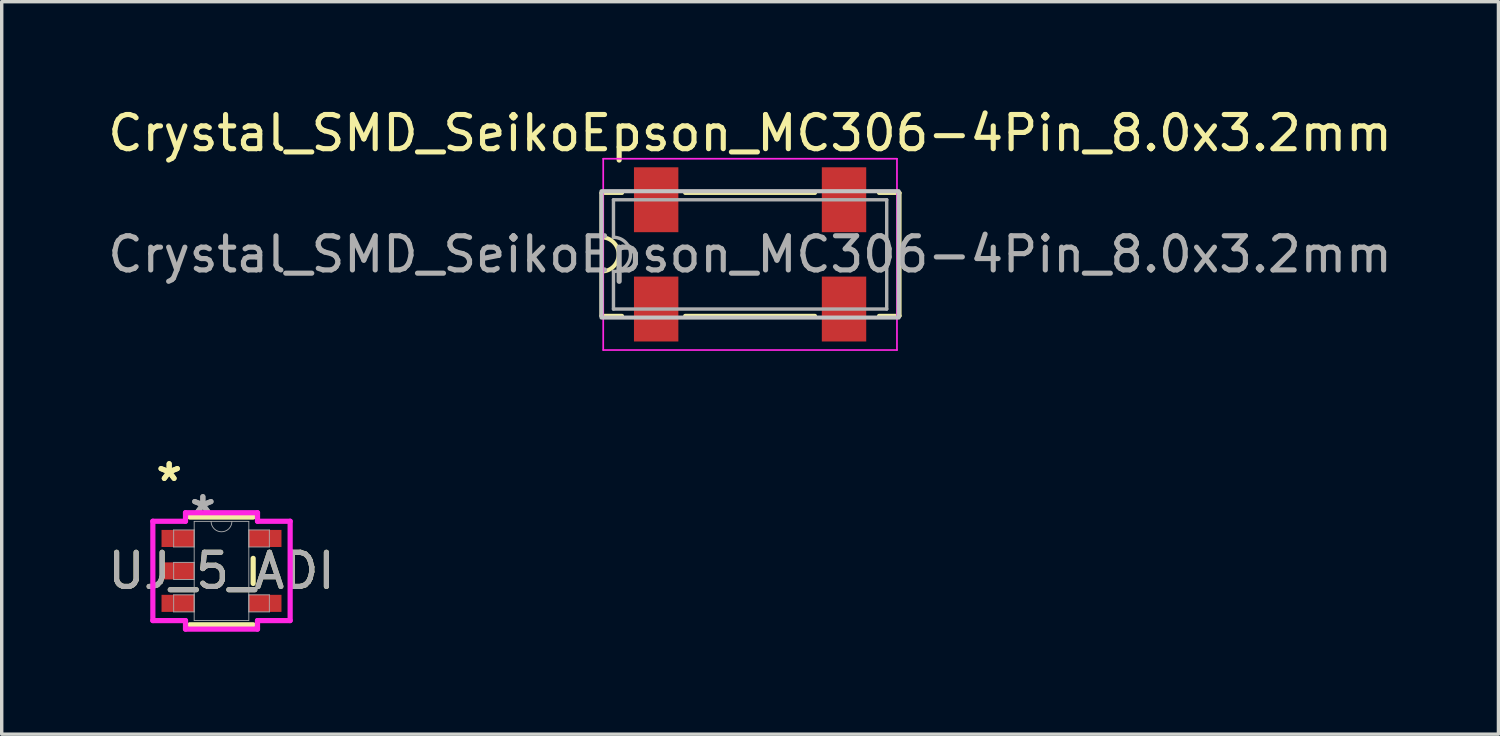
<source format=kicad_pcb>
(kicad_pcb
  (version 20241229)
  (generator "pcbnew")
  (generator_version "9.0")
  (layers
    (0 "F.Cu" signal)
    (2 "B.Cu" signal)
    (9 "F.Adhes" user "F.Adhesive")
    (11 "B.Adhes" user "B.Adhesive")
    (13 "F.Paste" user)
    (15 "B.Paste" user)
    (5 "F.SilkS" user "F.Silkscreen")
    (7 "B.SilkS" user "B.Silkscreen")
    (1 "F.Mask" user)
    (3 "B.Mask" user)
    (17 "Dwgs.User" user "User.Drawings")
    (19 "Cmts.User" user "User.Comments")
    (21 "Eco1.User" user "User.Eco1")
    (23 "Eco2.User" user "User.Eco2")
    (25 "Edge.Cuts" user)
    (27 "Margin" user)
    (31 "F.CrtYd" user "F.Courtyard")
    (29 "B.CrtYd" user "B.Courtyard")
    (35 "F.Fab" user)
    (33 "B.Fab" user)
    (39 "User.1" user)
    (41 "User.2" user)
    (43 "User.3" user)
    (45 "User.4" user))
  (footprint "Crystal_SMD_SeikoEpson_MC306-4Pin_8.0x3.2mm"
    (layer "F.Cu")
    (at 18.911 4.398)
    (property "Reference" "Crystal_SMD_SeikoEpson_MC306-4Pin_8.0x3.2mm" (at 0 -3.55 0) (layer "F.SilkS") (effects (font (size 1 1) (thickness 0.15))))
    (attr smd)
    (fp_line (start -4.35 -1.8) (end -3.75 -1.8) (stroke (width 0.12) (type solid)) (layer "F.SilkS"))
    (fp_line (start -4.35 -0.5) (end -4.35 -1.8) (stroke (width 0.12) (type solid)) (layer "F.SilkS"))
    (fp_line (start -4.35 1.8) (end -4.35 0.5) (stroke (width 0.12) (type solid)) (layer "F.SilkS"))
    (fp_line (start -4.35 1.8) (end -3.75 1.8) (stroke (width 0.12) (type solid)) (layer "F.SilkS"))
    (fp_line (start -1.9 -1.8) (end 1.9 -1.8) (stroke (width 0.12) (type solid)) (layer "F.SilkS"))
    (fp_line (start 1.9 1.8) (end -1.9 1.8) (stroke (width 0.12) (type solid)) (layer "F.SilkS"))
    (fp_line (start 3.775 -1.8) (end 4.375 -1.8) (stroke (width 0.12) (type solid)) (layer "F.SilkS"))
    (fp_line (start 4.375 -1.8) (end 4.375 1.8) (stroke (width 0.12) (type solid)) (layer "F.SilkS"))
    (fp_line (start 4.375 1.8) (end 3.775 1.8) (stroke (width 0.12) (type solid)) (layer "F.SilkS"))
    (fp_arc (start -4.35 -0.5) (mid -3.85 0) (end -4.35 0.5) (stroke (width 0.12) (type solid)) (layer "F.SilkS"))
    (fp_rect (start -4.35 -1.85) (end 4.35 1.85) (stroke (width 0.12) (type solid)) (fill no) (layer "Dwgs.User"))
    (fp_line (start -4.3 -2.8) (end -4.3 2.8) (stroke (width 0.05) (type solid)) (layer "F.CrtYd"))
    (fp_line (start -4.3 2.8) (end 4.3 2.8) (stroke (width 0.05) (type solid)) (layer "F.CrtYd"))
    (fp_line (start 4.3 -2.8) (end -4.3 -2.8) (stroke (width 0.05) (type solid)) (layer "F.CrtYd"))
    (fp_line (start 4.3 2.8) (end 4.3 -2.8) (stroke (width 0.05) (type solid)) (layer "F.CrtYd"))
    (fp_line (start -4 -1.6) (end 4 -1.6) (stroke (width 0.1) (type solid)) (layer "F.Fab"))
    (fp_line (start -4 -0.5) (end -4 -1.6) (stroke (width 0.1) (type solid)) (layer "F.Fab"))
    (fp_line (start -4 1.6) (end -4 0.5) (stroke (width 0.1) (type solid)) (layer "F.Fab"))
    (fp_line (start 4 -1.6) (end 4 1.6) (stroke (width 0.1) (type solid)) (layer "F.Fab"))
    (fp_line (start 4 1.6) (end -4 1.6) (stroke (width 0.1) (type solid)) (layer "F.Fab"))
    (fp_arc (start -4 -0.5) (mid -3.5 0) (end -4 0.5) (stroke (width 0.1) (type solid)) (layer "F.Fab"))
    (fp_text user "${REFERENCE}" (at 0 0 0) (layer "F.Fab") (effects (font (size 1 1) (thickness 0.15))))
    (pad "1" smd rect (at -2.75 1.6) (size 1.3 1.9) (layers "F.Cu" "F.Mask" "F.Paste"))
    (pad "2" smd rect (at 2.75 1.6) (size 1.3 1.9) (layers "F.Cu" "F.Mask" "F.Paste"))
    (pad "3" smd rect (at 2.75 -1.6) (size 1.3 1.9) (layers "F.Cu" "F.Mask" "F.Paste"))
    (pad "4" smd rect (at -2.75 -1.6) (size 1.3 1.9) (layers "F.Cu" "F.Mask" "F.Paste")))
  (footprint "UJ_5_ADI"
    (layer "F.Cu")
    (at 3.435 13.665)
    (property "Reference" "UJ_5_ADI" (at 0 0 0) (unlocked yes) (layer "F.SilkS") (effects (font (size 1 1) (thickness 0.15))))
    (attr smd)
    (fp_line (start -0.927 1.577) (end 0.927 1.577) (stroke (width 0.152) (type solid)) (layer "F.SilkS"))
    (fp_line (start 0.927 -1.577) (end -0.927 -1.577) (stroke (width 0.152) (type solid)) (layer "F.SilkS"))
    (fp_line (start 0.927 0.367) (end 0.927 -0.367) (stroke (width 0.152) (type solid)) (layer "F.SilkS"))
    (fp_line (start -2.01 -1.454) (end -1.054 -1.454) (stroke (width 0.152) (type solid)) (layer "F.CrtYd"))
    (fp_line (start -2.01 1.454) (end -2.01 -1.454) (stroke (width 0.152) (type solid)) (layer "F.CrtYd"))
    (fp_line (start -1.054 -1.704) (end 1.054 -1.704) (stroke (width 0.152) (type solid)) (layer "F.CrtYd"))
    (fp_line (start -1.054 -1.454) (end -1.054 -1.704) (stroke (width 0.152) (type solid)) (layer "F.CrtYd"))
    (fp_line (start -1.054 1.454) (end -2.01 1.454) (stroke (width 0.152) (type solid)) (layer "F.CrtYd"))
    (fp_line (start -1.054 1.704) (end -1.054 1.454) (stroke (width 0.152) (type solid)) (layer "F.CrtYd"))
    (fp_line (start 1.054 -1.704) (end 1.054 -1.454) (stroke (width 0.152) (type solid)) (layer "F.CrtYd"))
    (fp_line (start 1.054 -1.454) (end 2.01 -1.454) (stroke (width 0.152) (type solid)) (layer "F.CrtYd"))
    (fp_line (start 1.054 1.454) (end 1.054 1.704) (stroke (width 0.152) (type solid)) (layer "F.CrtYd"))
    (fp_line (start 1.054 1.704) (end -1.054 1.704) (stroke (width 0.152) (type solid)) (layer "F.CrtYd"))
    (fp_line (start 2.01 -1.454) (end 2.01 1.454) (stroke (width 0.152) (type solid)) (layer "F.CrtYd"))
    (fp_line (start 2.01 1.454) (end 1.054 1.454) (stroke (width 0.152) (type solid)) (layer "F.CrtYd"))
    (fp_line (start -1.4 -1.2) (end -1.4 -0.7) (stroke (width 0.025) (type solid)) (layer "F.Fab"))
    (fp_line (start -1.4 -0.7) (end -0.8 -0.7) (stroke (width 0.025) (type solid)) (layer "F.Fab"))
    (fp_line (start -1.4 -0.25) (end -1.4 0.25) (stroke (width 0.025) (type solid)) (layer "F.Fab"))
    (fp_line (start -1.4 0.25) (end -0.8 0.25) (stroke (width 0.025) (type solid)) (layer "F.Fab"))
    (fp_line (start -1.4 0.7) (end -1.4 1.2) (stroke (width 0.025) (type solid)) (layer "F.Fab"))
    (fp_line (start -1.4 1.2) (end -0.8 1.2) (stroke (width 0.025) (type solid)) (layer "F.Fab"))
    (fp_line (start -0.8 -1.45) (end -0.8 1.45) (stroke (width 0.025) (type solid)) (layer "F.Fab"))
    (fp_line (start -0.8 -1.2) (end -1.4 -1.2) (stroke (width 0.025) (type solid)) (layer "F.Fab"))
    (fp_line (start -0.8 -0.7) (end -0.8 -1.2) (stroke (width 0.025) (type solid)) (layer "F.Fab"))
    (fp_line (start -0.8 -0.25) (end -1.4 -0.25) (stroke (width 0.025) (type solid)) (layer "F.Fab"))
    (fp_line (start -0.8 0.25) (end -0.8 -0.25) (stroke (width 0.025) (type solid)) (layer "F.Fab"))
    (fp_line (start -0.8 0.7) (end -1.4 0.7) (stroke (width 0.025) (type solid)) (layer "F.Fab"))
    (fp_line (start -0.8 1.2) (end -0.8 0.7) (stroke (width 0.025) (type solid)) (layer "F.Fab"))
    (fp_line (start -0.8 1.45) (end 0.8 1.45) (stroke (width 0.025) (type solid)) (layer "F.Fab"))
    (fp_line (start 0.8 -1.45) (end -0.8 -1.45) (stroke (width 0.025) (type solid)) (layer "F.Fab"))
    (fp_line (start 0.8 -1.2) (end 0.8 -0.7) (stroke (width 0.025) (type solid)) (layer "F.Fab"))
    (fp_line (start 0.8 -0.7) (end 1.4 -0.7) (stroke (width 0.025) (type solid)) (layer "F.Fab"))
    (fp_line (start 0.8 0.7) (end 0.8 1.2) (stroke (width 0.025) (type solid)) (layer "F.Fab"))
    (fp_line (start 0.8 1.2) (end 1.4 1.2) (stroke (width 0.025) (type solid)) (layer "F.Fab"))
    (fp_line (start 0.8 1.45) (end 0.8 -1.45) (stroke (width 0.025) (type solid)) (layer "F.Fab"))
    (fp_line (start 1.4 -1.2) (end 0.8 -1.2) (stroke (width 0.025) (type solid)) (layer "F.Fab"))
    (fp_line (start 1.4 -0.7) (end 1.4 -1.2) (stroke (width 0.025) (type solid)) (layer "F.Fab"))
    (fp_line (start 1.4 0.7) (end 0.8 0.7) (stroke (width 0.025) (type solid)) (layer "F.Fab"))
    (fp_line (start 1.4 1.2) (end 1.4 0.7) (stroke (width 0.025) (type solid)) (layer "F.Fab"))
    (fp_arc (start 0.3048 -1.45) (mid 0 -1.1452) (end -0.3048 -1.45) (stroke (width 0.0254) (type solid)) (layer "F.Fab"))
    (fp_text user "*" (at -1.532 -2.593 0) (layer "F.SilkS") (effects (font (size 1 1) (thickness 0.15))))
    (fp_text user "*" (at -1.532 -2.593 0) (unlocked yes) (layer "F.SilkS") (effects (font (size 1 1) (thickness 0.15))))
    (fp_text user "*" (at -0.546 -1.628 0) (layer "F.Fab") (effects (font (size 1 1) (thickness 0.15))))
    (fp_text user "${REFERENCE}" (at 0 0 0) (unlocked yes) (layer "F.Fab") (effects (font (size 1 1) (thickness 0.15))))
    (fp_text user "*" (at -0.546 -1.628 0) (unlocked yes) (layer "F.Fab") (effects (font (size 1 1) (thickness 0.15))))
    (pad "1" smd rect (at -1.278 -0.95) (size 0.956 0.5) (layers "F.Cu" "F.Mask" "F.Paste"))
    (pad "2" smd rect (at -1.278 0) (size 0.956 0.5) (layers "F.Cu" "F.Mask" "F.Paste"))
    (pad "3" smd rect (at -1.278 0.95) (size 0.956 0.5) (layers "F.Cu" "F.Mask" "F.Paste"))
    (pad "4" smd rect (at 1.278 0.95) (size 0.956 0.5) (layers "F.Cu" "F.Mask" "F.Paste"))
    (pad "5" smd rect (at 1.278 -0.95) (size 0.956 0.5) (layers "F.Cu" "F.Mask" "F.Paste")))
  (gr_rect
    (start -3 -3)
    (end 40.821 18.445)
    (stroke (width 0.1) (type default))
    (fill no)
    (layer "Edge.Cuts")))
</source>
